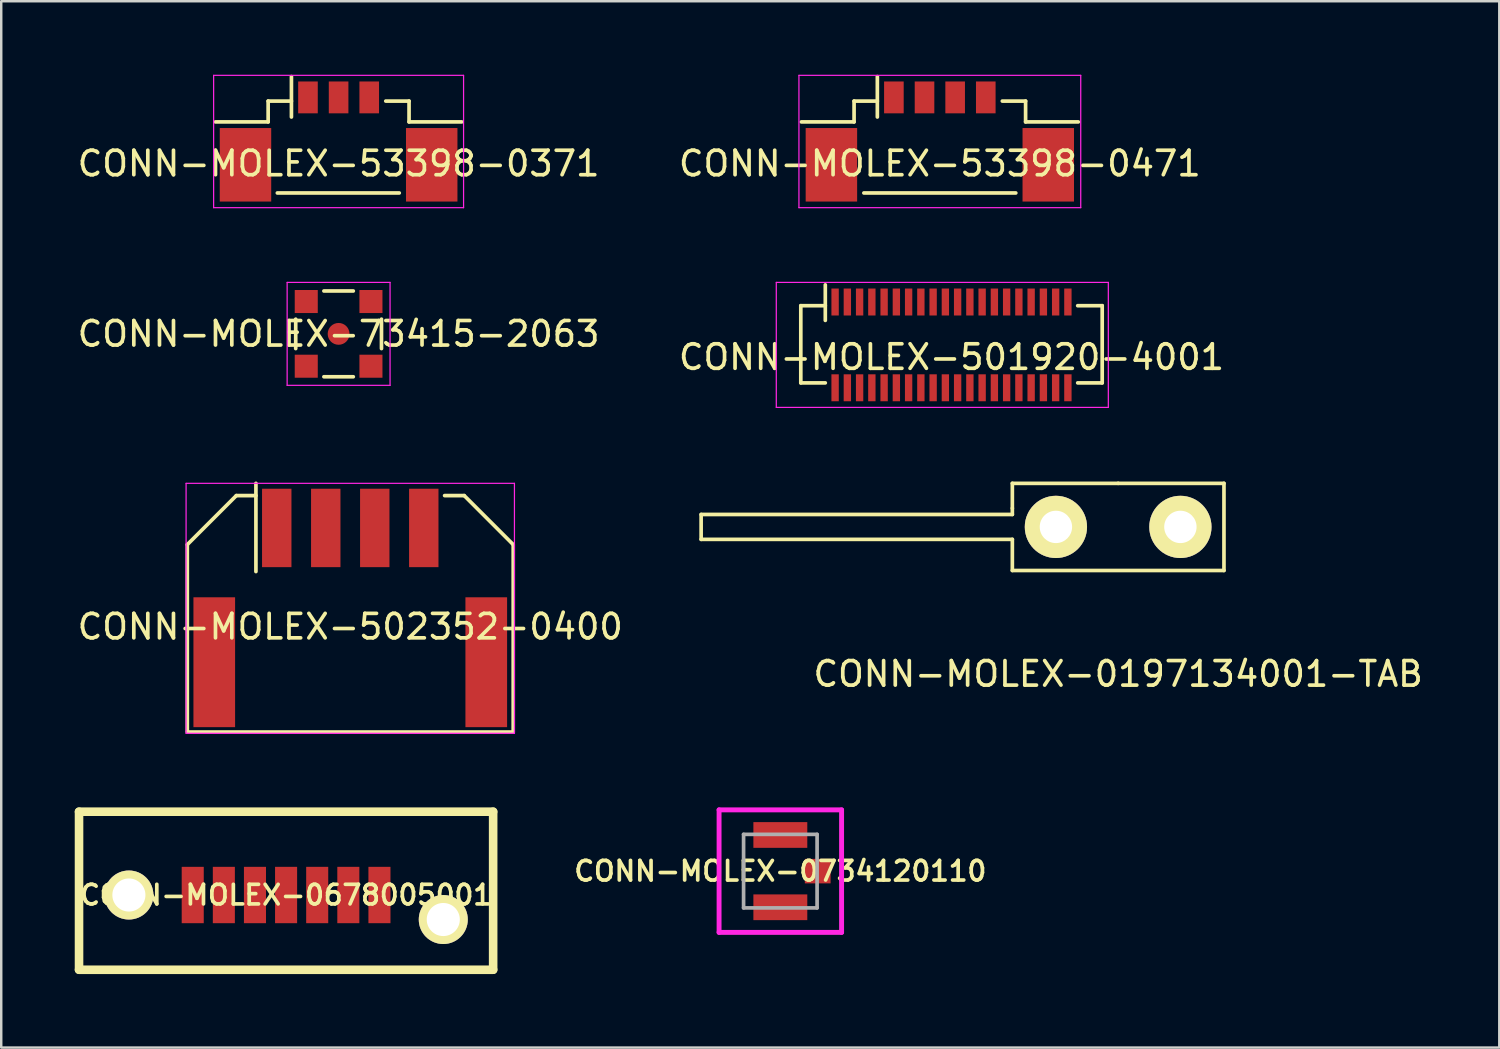
<source format=kicad_pcb>
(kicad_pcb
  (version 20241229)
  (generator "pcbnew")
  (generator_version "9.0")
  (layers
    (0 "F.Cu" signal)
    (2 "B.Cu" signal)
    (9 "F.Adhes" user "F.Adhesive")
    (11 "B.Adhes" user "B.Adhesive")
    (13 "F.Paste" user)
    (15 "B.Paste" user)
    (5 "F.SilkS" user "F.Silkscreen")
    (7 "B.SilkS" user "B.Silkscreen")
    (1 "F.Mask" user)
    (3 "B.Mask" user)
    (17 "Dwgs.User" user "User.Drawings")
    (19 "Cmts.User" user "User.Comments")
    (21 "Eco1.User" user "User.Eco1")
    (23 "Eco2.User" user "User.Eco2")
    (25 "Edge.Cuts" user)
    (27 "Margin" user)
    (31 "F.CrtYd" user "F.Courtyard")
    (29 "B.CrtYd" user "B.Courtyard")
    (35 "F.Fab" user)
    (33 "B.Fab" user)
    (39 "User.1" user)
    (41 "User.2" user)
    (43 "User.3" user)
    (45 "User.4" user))
  (footprint "CONN-MOLEX-501920-4001"
    (layer "F.Cu")
    (at 35.78 11.025)
    (property "Reference" "CONN-MOLEX-501920-4001" (at 0 0.5 0) (layer "F.SilkS") (effects (font (size 1 1) (thickness 0.15))))
    (attr through_hole)
    (fp_line (start -6.15 -1.6) (end -6.15 1.55) (stroke (width 0.15) (type solid)) (layer "F.SilkS"))
    (fp_line (start -6.15 1.55) (end -5.15 1.55) (stroke (width 0.15) (type solid)) (layer "F.SilkS"))
    (fp_line (start -5.15 -1.6) (end -6.15 -1.6) (stroke (width 0.15) (type solid)) (layer "F.SilkS"))
    (fp_line (start -5.15 -1) (end -5.15 -2.45) (stroke (width 0.15) (type solid)) (layer "F.SilkS"))
    (fp_line (start 5.15 1.55) (end 6.15 1.55) (stroke (width 0.15) (type solid)) (layer "F.SilkS"))
    (fp_line (start 6.15 -1.6) (end 5.15 -1.6) (stroke (width 0.15) (type solid)) (layer "F.SilkS"))
    (fp_line (start 6.15 -1.6) (end 6.15 1.55) (stroke (width 0.15) (type solid)) (layer "F.SilkS"))
    (fp_line (start -7.15 -2.55) (end -7.15 2.55) (stroke (width 0.05) (type solid)) (layer "F.CrtYd"))
    (fp_line (start -7.15 2.55) (end 6.4 2.55) (stroke (width 0.05) (type solid)) (layer "F.CrtYd"))
    (fp_line (start 6.4 -2.55) (end -7.15 -2.55) (stroke (width 0.05) (type solid)) (layer "F.CrtYd"))
    (fp_line (start 6.4 2.55) (end 6.4 -2.55) (stroke (width 0.05) (type solid)) (layer "F.CrtYd"))
    (pad "1" smd rect (at -4.75 -1.75) (size 0.3 1.1) (layers "F.Cu" "F.Mask" "F.Paste"))
    (pad "2" smd rect (at -4.25 -1.75) (size 0.3 1.1) (layers "F.Cu" "F.Mask" "F.Paste"))
    (pad "3" smd rect (at -3.75 -1.75) (size 0.3 1.1) (layers "F.Cu" "F.Mask" "F.Paste"))
    (pad "4" smd rect (at -3.25 -1.75) (size 0.3 1.1) (layers "F.Cu" "F.Mask" "F.Paste"))
    (pad "5" smd rect (at -2.75 -1.75) (size 0.3 1.1) (layers "F.Cu" "F.Mask" "F.Paste"))
    (pad "6" smd rect (at -2.25 -1.75) (size 0.3 1.1) (layers "F.Cu" "F.Mask" "F.Paste"))
    (pad "7" smd rect (at -1.75 -1.75) (size 0.3 1.1) (layers "F.Cu" "F.Mask" "F.Paste"))
    (pad "8" smd rect (at -1.25 -1.75) (size 0.3 1.1) (layers "F.Cu" "F.Mask" "F.Paste"))
    (pad "9" smd rect (at -0.75 -1.75) (size 0.3 1.1) (layers "F.Cu" "F.Mask" "F.Paste"))
    (pad "10" smd rect (at -0.25 -1.75) (size 0.3 1.1) (layers "F.Cu" "F.Mask" "F.Paste"))
    (pad "11" smd rect (at 0.25 -1.75) (size 0.3 1.1) (layers "F.Cu" "F.Mask" "F.Paste"))
    (pad "12" smd rect (at 0.75 -1.75) (size 0.3 1.1) (layers "F.Cu" "F.Mask" "F.Paste"))
    (pad "13" smd rect (at 1.25 -1.75) (size 0.3 1.1) (layers "F.Cu" "F.Mask" "F.Paste"))
    (pad "14" smd rect (at 1.75 -1.75) (size 0.3 1.1) (layers "F.Cu" "F.Mask" "F.Paste"))
    (pad "15" smd rect (at 2.25 -1.75) (size 0.3 1.1) (layers "F.Cu" "F.Mask" "F.Paste"))
    (pad "16" smd rect (at 2.75 -1.75) (size 0.3 1.1) (layers "F.Cu" "F.Mask" "F.Paste"))
    (pad "17" smd rect (at 3.25 -1.75) (size 0.3 1.1) (layers "F.Cu" "F.Mask" "F.Paste"))
    (pad "18" smd rect (at 3.75 -1.75) (size 0.3 1.1) (layers "F.Cu" "F.Mask" "F.Paste"))
    (pad "19" smd rect (at 4.25 -1.75) (size 0.3 1.1) (layers "F.Cu" "F.Mask" "F.Paste"))
    (pad "20" smd rect (at 4.75 -1.75) (size 0.3 1.1) (layers "F.Cu" "F.Mask" "F.Paste"))
    (pad "21" smd rect (at -4.75 1.75) (size 0.3 1.1) (layers "F.Cu" "F.Mask" "F.Paste"))
    (pad "22" smd rect (at -4.25 1.75) (size 0.3 1.1) (layers "F.Cu" "F.Mask" "F.Paste"))
    (pad "23" smd rect (at -3.75 1.75) (size 0.3 1.1) (layers "F.Cu" "F.Mask" "F.Paste"))
    (pad "24" smd rect (at -3.25 1.75) (size 0.3 1.1) (layers "F.Cu" "F.Mask" "F.Paste"))
    (pad "25" smd rect (at -2.75 1.75) (size 0.3 1.1) (layers "F.Cu" "F.Mask" "F.Paste"))
    (pad "26" smd rect (at -2.25 1.75) (size 0.3 1.1) (layers "F.Cu" "F.Mask" "F.Paste"))
    (pad "27" smd rect (at -1.75 1.75) (size 0.3 1.1) (layers "F.Cu" "F.Mask" "F.Paste"))
    (pad "28" smd rect (at -1.25 1.75) (size 0.3 1.1) (layers "F.Cu" "F.Mask" "F.Paste"))
    (pad "29" smd rect (at -0.75 1.75) (size 0.3 1.1) (layers "F.Cu" "F.Mask" "F.Paste"))
    (pad "30" smd rect (at -0.25 1.75) (size 0.3 1.1) (layers "F.Cu" "F.Mask" "F.Paste"))
    (pad "31" smd rect (at 0.25 1.75) (size 0.3 1.1) (layers "F.Cu" "F.Mask" "F.Paste"))
    (pad "32" smd rect (at 0.75 1.75) (size 0.3 1.1) (layers "F.Cu" "F.Mask" "F.Paste"))
    (pad "33" smd rect (at 1.25 1.75) (size 0.3 1.1) (layers "F.Cu" "F.Mask" "F.Paste"))
    (pad "34" smd rect (at 1.75 1.75) (size 0.3 1.1) (layers "F.Cu" "F.Mask" "F.Paste"))
    (pad "35" smd rect (at 2.25 1.75) (size 0.3 1.1) (layers "F.Cu" "F.Mask" "F.Paste"))
    (pad "36" smd rect (at 2.75 1.75) (size 0.3 1.1) (layers "F.Cu" "F.Mask" "F.Paste"))
    (pad "37" smd rect (at 3.25 1.75) (size 0.3 1.1) (layers "F.Cu" "F.Mask" "F.Paste"))
    (pad "38" smd rect (at 3.75 1.75) (size 0.3 1.1) (layers "F.Cu" "F.Mask" "F.Paste"))
    (pad "39" smd rect (at 4.25 1.75) (size 0.3 1.1) (layers "F.Cu" "F.Mask" "F.Paste"))
    (pad "40" smd rect (at 4.75 1.75) (size 0.3 1.1) (layers "F.Cu" "F.Mask" "F.Paste")))
  (footprint "CONN-MOLEX-53398-0371"
    (layer "F.Cu")
    (at 10.768 2.675)
    (property "Reference" "CONN-MOLEX-53398-0371" (at 0 0.95 0) (layer "F.SilkS") (effects (font (size 1 1) (thickness 0.15))))
    (attr through_hole)
    (fp_line (start -5.025 -0.75) (end -2.875 -0.75) (stroke (width 0.15) (type solid)) (layer "F.SilkS"))
    (fp_line (start -2.875 -1.6) (end -2.875 -0.75) (stroke (width 0.15) (type solid)) (layer "F.SilkS"))
    (fp_line (start -2.5 2.15) (end 2.475 2.15) (stroke (width 0.15) (type solid)) (layer "F.SilkS"))
    (fp_line (start -1.925 -1.6) (end -2.875 -1.6) (stroke (width 0.15) (type solid)) (layer "F.SilkS"))
    (fp_line (start -1.925 -0.95) (end -1.925 -2.6) (stroke (width 0.15) (type solid)) (layer "F.SilkS"))
    (fp_line (start 2.875 -1.6) (end 1.925 -1.6) (stroke (width 0.15) (type solid)) (layer "F.SilkS"))
    (fp_line (start 2.875 -0.75) (end 2.875 -1.6) (stroke (width 0.15) (type solid)) (layer "F.SilkS"))
    (fp_line (start 5.025 -0.75) (end 2.875 -0.75) (stroke (width 0.15) (type solid)) (layer "F.SilkS"))
    (fp_line (start -5.1 -2.65) (end -5.1 2.75) (stroke (width 0.05) (type solid)) (layer "F.CrtYd"))
    (fp_line (start -5.1 2.75) (end 5.1 2.75) (stroke (width 0.05) (type solid)) (layer "F.CrtYd"))
    (fp_line (start 5.1 -2.65) (end -5.1 -2.65) (stroke (width 0.05) (type solid)) (layer "F.CrtYd"))
    (fp_line (start 5.1 2.75) (end 5.1 -2.65) (stroke (width 0.05) (type solid)) (layer "F.CrtYd"))
    (pad "" smd rect (at -3.8 1) (size 2.1 3) (layers "F.Cu" "F.Mask" "F.Paste"))
    (pad "" smd rect (at 3.8 1) (size 2.1 3) (layers "F.Cu" "F.Mask" "F.Paste"))
    (pad "1" smd rect (at -1.25 -1.75) (size 0.8 1.3) (layers "F.Cu" "F.Mask" "F.Paste"))
    (pad "2" smd rect (at 0 -1.75) (size 0.8 1.3) (layers "F.Cu" "F.Mask" "F.Paste"))
    (pad "3" smd rect (at 1.25 -1.75) (size 0.8 1.3) (layers "F.Cu" "F.Mask" "F.Paste")))
  (footprint "CONN-MOLEX-0734120110"
    (layer "F.Cu")
    (at 28.795 32.5)
    (property "Reference" "CONN-MOLEX-0734120110" (at 0 0 0) (layer "F.SilkS") (effects (font (size 0.8 0.8) (thickness 0.15))))
    (attr through_hole)
    (fp_line (start -2.5 -2.5) (end -2.5 2.5) (stroke (width 0.15) (type solid)) (layer "F.SilkS"))
    (fp_line (start -2.5 2.5) (end 2.5 2.5) (stroke (width 0.15) (type solid)) (layer "F.SilkS"))
    (fp_line (start 2.5 -2.5) (end -2.5 -2.5) (stroke (width 0.15) (type solid)) (layer "F.SilkS"))
    (fp_line (start 2.5 2.5) (end 2.5 -2.5) (stroke (width 0.15) (type solid)) (layer "F.SilkS"))
    (fp_line (start -2.5 -2.5) (end 2.5 -2.5) (stroke (width 0.2) (type solid)) (layer "F.CrtYd"))
    (fp_line (start -2.5 2.5) (end -2.5 -2.5) (stroke (width 0.2) (type solid)) (layer "F.CrtYd"))
    (fp_line (start 2.5 -2.5) (end 2.5 2.5) (stroke (width 0.2) (type solid)) (layer "F.CrtYd"))
    (fp_line (start 2.5 2.5) (end -2.5 2.5) (stroke (width 0.2) (type solid)) (layer "F.CrtYd"))
    (fp_line (start -1.5 -1.5) (end 1.5 -1.5) (stroke (width 0.15) (type solid)) (layer "F.Fab"))
    (fp_line (start -1.5 1.5) (end -1.5 -1.5) (stroke (width 0.15) (type solid)) (layer "F.Fab"))
    (fp_line (start 1.5 -1.5) (end 1.5 1.5) (stroke (width 0.15) (type solid)) (layer "F.Fab"))
    (fp_line (start 1.5 1.5) (end -1.5 1.5) (stroke (width 0.15) (type solid)) (layer "F.Fab"))
    (pad "1" smd rect (at 1.525 0) (size 1.05 1) (layers "F.Cu" "F.Mask" "F.Paste"))
    (pad "2" smd rect (at 0 -1.475) (size 2.2 1.05) (layers "F.Cu" "F.Mask" "F.Paste"))
    (pad "2" smd rect (at 0 1.475) (size 2.2 1.05) (layers "F.Cu" "F.Mask" "F.Paste")))
  (footprint "CONN-MOLEX-0678005001"
    (layer "F.Cu")
    (at 8.625 33.475)
    (property "Reference" "CONN-MOLEX-0678005001" (at 0 0 0) (layer "F.SilkS") (effects (font (size 0.8 0.8) (thickness 0.15))))
    (attr through_hole)
    (fp_line (start -8.45 -3.4) (end 8.45 -3.4) (stroke (width 0.35) (type solid)) (layer "F.SilkS"))
    (fp_line (start -8.45 3.05) (end -8.45 -3.4) (stroke (width 0.35) (type solid)) (layer "F.SilkS"))
    (fp_line (start 8.45 -3.4) (end 8.45 3.05) (stroke (width 0.35) (type solid)) (layer "F.SilkS"))
    (fp_line (start 8.45 3.05) (end -8.45 3.05) (stroke (width 0.35) (type solid)) (layer "F.SilkS"))
    (pad "1" smd rect (at -3.81 0) (size 0.9 2.3) (layers "F.Cu" "F.Mask" "F.Paste"))
    (pad "2" smd rect (at -2.54 0) (size 0.9 2.3) (layers "F.Cu" "F.Mask" "F.Paste"))
    (pad "3" smd rect (at -1.27 0) (size 0.9 2.3) (layers "F.Cu" "F.Mask" "F.Paste"))
    (pad "4" smd rect (at 0 0) (size 0.9 2.3) (layers "F.Cu" "F.Mask" "F.Paste"))
    (pad "5" smd rect (at 1.27 0) (size 0.9 2.3) (layers "F.Cu" "F.Mask" "F.Paste"))
    (pad "6" smd rect (at 2.54 0) (size 0.9 2.3) (layers "F.Cu" "F.Mask" "F.Paste"))
    (pad "7" smd rect (at 3.81 0) (size 0.9 2.3) (layers "F.Cu" "F.Mask" "F.Paste"))
    (pad "8" thru_hole circle (at -6.415 0) (size 2 2) (drill 1.35) (layers "*.Cu" "*.Mask" "F.SilkS"))
    (pad "9" thru_hole circle (at 6.415 1) (size 2 2) (drill 1.35) (layers "*.Cu" "*.Mask" "F.SilkS")))
  (footprint "CONN-MOLEX-0197134001-TAB"
    (layer "F.Cu")
    (at 42.581 18.453)
    (property "Reference" "CONN-MOLEX-0197134001-TAB" (at 0 6 0) (layer "F.SilkS") (effects (font (size 1 1) (thickness 0.15))))
    (attr through_hole)
    (fp_line (start -17.018 -0.508) (end -17.018 0.508) (stroke (width 0.15) (type solid)) (layer "F.SilkS"))
    (fp_line (start -17.018 0.508) (end -4.318 0.508) (stroke (width 0.15) (type solid)) (layer "F.SilkS"))
    (fp_line (start -4.318 -1.778) (end -4.318 -0.762) (stroke (width 0.15) (type solid)) (layer "F.SilkS"))
    (fp_line (start -4.318 -0.762) (end -4.318 -0.508) (stroke (width 0.15) (type solid)) (layer "F.SilkS"))
    (fp_line (start -4.318 -0.508) (end -17.018 -0.508) (stroke (width 0.15) (type solid)) (layer "F.SilkS"))
    (fp_line (start -4.318 1.778) (end -4.318 0.508) (stroke (width 0.15) (type solid)) (layer "F.SilkS"))
    (fp_line (start 0 -1.778) (end -4.318 -1.778) (stroke (width 0.15) (type solid)) (layer "F.SilkS"))
    (fp_line (start 0 -1.778) (end 4.318 -1.778) (stroke (width 0.15) (type solid)) (layer "F.SilkS"))
    (fp_line (start 4.318 -1.778) (end 4.318 1.778) (stroke (width 0.15) (type solid)) (layer "F.SilkS"))
    (fp_line (start 4.318 1.778) (end -4.318 1.778) (stroke (width 0.15) (type solid)) (layer "F.SilkS"))
    (pad "1" thru_hole circle (at -2.54 0) (size 2.54 2.54) (drill 1.321) (layers "*.Cu" "*.Mask" "F.SilkS"))
    (pad "2" thru_hole circle (at 2.54 0) (size 2.54 2.54) (drill 1.321) (layers "*.Cu" "*.Mask" "F.SilkS")))
  (footprint "CONN-MOLEX-73415-2063"
    (layer "F.Cu")
    (at 10.768 10.575)
    (property "Reference" "CONN-MOLEX-73415-2063" (at 0 0 0) (layer "F.SilkS") (effects (font (size 1 1) (thickness 0.15))))
    (attr through_hole)
    (fp_line (start -1.75 -0.6) (end -1.75 0.6) (stroke (width 0.15) (type solid)) (layer "F.SilkS"))
    (fp_line (start -0.6 -1.75) (end 0.6 -1.75) (stroke (width 0.15) (type solid)) (layer "F.SilkS"))
    (fp_line (start -0.6 1.75) (end 0.6 1.75) (stroke (width 0.15) (type solid)) (layer "F.SilkS"))
    (fp_line (start 1.75 0.6) (end 1.75 -0.6) (stroke (width 0.15) (type solid)) (layer "F.SilkS"))
    (fp_line (start -2.1 -2.1) (end -2.1 2.1) (stroke (width 0.05) (type solid)) (layer "F.CrtYd"))
    (fp_line (start -2.1 -2.1) (end 2.1 -2.1) (stroke (width 0.05) (type solid)) (layer "F.CrtYd"))
    (fp_line (start 2.1 2.1) (end -2.1 2.1) (stroke (width 0.05) (type solid)) (layer "F.CrtYd"))
    (fp_line (start 2.1 2.1) (end 2.1 -2.1) (stroke (width 0.05) (type solid)) (layer "F.CrtYd"))
    (pad "1" smd circle (at 0 0) (size 0.89 0.89) (layers "F.Cu" "F.Mask" "F.Paste"))
    (pad "2" smd rect (at -1.32 -1.32) (size 0.94 0.94) (layers "F.Cu" "F.Mask" "F.Paste"))
    (pad "2" smd rect (at -1.32 1.32) (size 0.94 0.94) (layers "F.Cu" "F.Mask" "F.Paste"))
    (pad "2" smd rect (at 1.32 -1.32) (size 0.94 0.94) (layers "F.Cu" "F.Mask" "F.Paste"))
    (pad "2" smd rect (at 1.32 1.32) (size 0.94 0.94) (layers "F.Cu" "F.Mask" "F.Paste")))
  (footprint "CONN-MOLEX-53398-0471"
    (layer "F.Cu")
    (at 35.304 2.675)
    (property "Reference" "CONN-MOLEX-53398-0471" (at 0 0.95 0) (layer "F.SilkS") (effects (font (size 1 1) (thickness 0.15))))
    (attr through_hole)
    (fp_line (start -5.65 -0.75) (end -3.5 -0.75) (stroke (width 0.15) (type solid)) (layer "F.SilkS"))
    (fp_line (start -3.5 -1.6) (end -3.5 -0.75) (stroke (width 0.15) (type solid)) (layer "F.SilkS"))
    (fp_line (start -3.1 2.15) (end 3.1 2.15) (stroke (width 0.15) (type solid)) (layer "F.SilkS"))
    (fp_line (start -2.55 -1.6) (end -3.5 -1.6) (stroke (width 0.15) (type solid)) (layer "F.SilkS"))
    (fp_line (start -2.55 -0.95) (end -2.55 -2.6) (stroke (width 0.15) (type solid)) (layer "F.SilkS"))
    (fp_line (start 3.5 -1.6) (end 2.55 -1.6) (stroke (width 0.15) (type solid)) (layer "F.SilkS"))
    (fp_line (start 3.5 -0.75) (end 3.5 -1.6) (stroke (width 0.15) (type solid)) (layer "F.SilkS"))
    (fp_line (start 5.65 -0.75) (end 3.5 -0.75) (stroke (width 0.15) (type solid)) (layer "F.SilkS"))
    (fp_line (start -5.75 -2.65) (end -5.75 2.75) (stroke (width 0.05) (type solid)) (layer "F.CrtYd"))
    (fp_line (start -5.75 2.75) (end 5.75 2.75) (stroke (width 0.05) (type solid)) (layer "F.CrtYd"))
    (fp_line (start 5.75 -2.65) (end -5.75 -2.65) (stroke (width 0.05) (type solid)) (layer "F.CrtYd"))
    (fp_line (start 5.75 2.75) (end 5.75 -2.65) (stroke (width 0.05) (type solid)) (layer "F.CrtYd"))
    (pad "" smd rect (at -4.425 1) (size 2.1 3) (layers "F.Cu" "F.Mask" "F.Paste"))
    (pad "" smd rect (at 4.425 1) (size 2.1 3) (layers "F.Cu" "F.Mask" "F.Paste"))
    (pad "1" smd rect (at -1.875 -1.75) (size 0.8 1.3) (layers "F.Cu" "F.Mask" "F.Paste"))
    (pad "2" smd rect (at -0.625 -1.75) (size 0.8 1.3) (layers "F.Cu" "F.Mask" "F.Paste"))
    (pad "3" smd rect (at 0.625 -1.75) (size 0.8 1.3) (layers "F.Cu" "F.Mask" "F.Paste"))
    (pad "4" smd rect (at 1.875 -1.75) (size 0.8 1.3) (layers "F.Cu" "F.Mask" "F.Paste")))
  (footprint "CONN-MOLEX-502352-0400"
    (layer "F.Cu")
    (at 11.244 22.025)
    (property "Reference" "CONN-MOLEX-502352-0400" (at 0 0.5 0) (layer "F.SilkS") (effects (font (size 1 1) (thickness 0.15))))
    (attr through_hole)
    (fp_line (start -6.65 -2.85) (end -4.65 -4.85) (stroke (width 0.15) (type solid)) (layer "F.SilkS"))
    (fp_line (start -6.65 4.75) (end -6.65 -2.85) (stroke (width 0.15) (type solid)) (layer "F.SilkS"))
    (fp_line (start -6.65 4.8) (end 6.65 4.8) (stroke (width 0.15) (type solid)) (layer "F.SilkS"))
    (fp_line (start -4.65 -4.85) (end -3.85 -4.85) (stroke (width 0.15) (type solid)) (layer "F.SilkS"))
    (fp_line (start -3.85 -1.75) (end -3.85 -5.35) (stroke (width 0.15) (type solid)) (layer "F.SilkS"))
    (fp_line (start 3.85 -4.85) (end 4.65 -4.85) (stroke (width 0.15) (type solid)) (layer "F.SilkS"))
    (fp_line (start 4.65 -4.85) (end 6.65 -2.85) (stroke (width 0.15) (type solid)) (layer "F.SilkS"))
    (fp_line (start 6.65 -2.85) (end 6.65 4.8) (stroke (width 0.15) (type solid)) (layer "F.SilkS"))
    (fp_line (start -6.7 -5.35) (end 6.7 -5.35) (stroke (width 0.05) (type solid)) (layer "F.CrtYd"))
    (fp_line (start -6.7 4.85) (end -6.7 -5.35) (stroke (width 0.05) (type solid)) (layer "F.CrtYd"))
    (fp_line (start 6.7 -5.35) (end 6.7 4.85) (stroke (width 0.05) (type solid)) (layer "F.CrtYd"))
    (fp_line (start 6.7 4.85) (end -6.7 4.85) (stroke (width 0.05) (type solid)) (layer "F.CrtYd"))
    (pad "" smd rect (at -5.55 1.95) (size 1.7 5.3) (layers "F.Cu" "F.Mask" "F.Paste"))
    (pad "" smd rect (at 5.55 1.95) (size 1.7 5.3) (layers "F.Cu" "F.Mask" "F.Paste"))
    (pad "1" smd rect (at -3 -3.53) (size 1.2 3.2) (layers "F.Cu" "F.Mask" "F.Paste"))
    (pad "2" smd rect (at -1 -3.53) (size 1.2 3.2) (layers "F.Cu" "F.Mask" "F.Paste"))
    (pad "3" smd rect (at 1 -3.53) (size 1.2 3.2) (layers "F.Cu" "F.Mask" "F.Paste"))
    (pad "4" smd rect (at 3 -3.53) (size 1.2 3.2) (layers "F.Cu" "F.Mask" "F.Paste")))
  (gr_rect
    (start -3 -3)
    (end 58.135 39.7)
    (stroke (width 0.1) (type default))
    (fill no)
    (layer "Edge.Cuts")))
</source>
